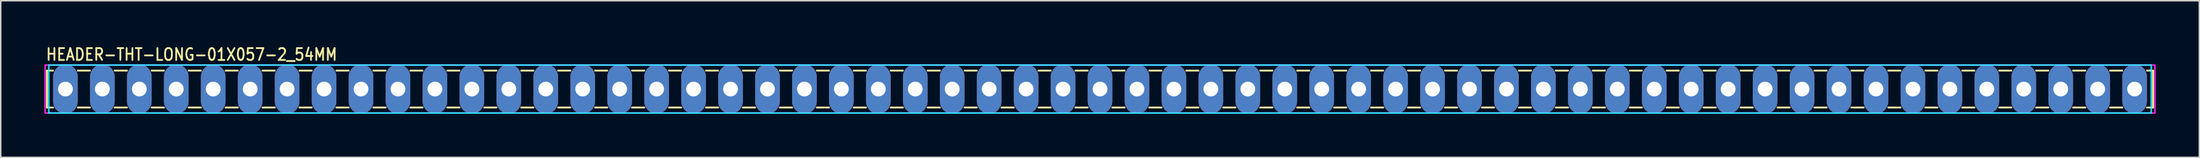
<source format=kicad_pcb>
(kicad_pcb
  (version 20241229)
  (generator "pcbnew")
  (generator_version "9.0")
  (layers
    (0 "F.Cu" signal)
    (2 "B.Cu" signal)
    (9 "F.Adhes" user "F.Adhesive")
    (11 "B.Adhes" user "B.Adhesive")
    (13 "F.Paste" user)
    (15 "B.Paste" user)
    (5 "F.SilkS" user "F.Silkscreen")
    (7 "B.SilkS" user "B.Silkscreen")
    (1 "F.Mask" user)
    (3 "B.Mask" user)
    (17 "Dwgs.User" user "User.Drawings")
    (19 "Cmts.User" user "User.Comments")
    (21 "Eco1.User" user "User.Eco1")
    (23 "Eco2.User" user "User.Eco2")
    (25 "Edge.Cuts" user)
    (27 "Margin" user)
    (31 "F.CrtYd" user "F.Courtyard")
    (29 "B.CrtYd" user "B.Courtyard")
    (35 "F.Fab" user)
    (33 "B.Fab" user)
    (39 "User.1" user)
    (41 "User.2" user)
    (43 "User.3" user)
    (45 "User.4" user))
  (footprint "HEADER-THT-LONG-01X057-2_54MM"
    (layer "F.Cu")
    (at 1.447 3.079)
    (property "Reference" "HEADER-THT-LONG-01X057-2_54MM" (at -1.4 -1.9 0) (unlocked yes) (layer "F.SilkS") (effects (font (size 0.813 0.695) (thickness 0.122)) (justify left bottom)))
    (fp_line (start -1.27 -1.27) (end -1.27 1.27) (stroke (width 0.127) (type solid)) (layer "F.SilkS"))
    (fp_line (start -1.27 1.27) (end -0.85 1.27) (stroke (width 0.127) (type solid)) (layer "F.SilkS"))
    (fp_line (start -0.85 -1.27) (end -1.27 -1.27) (stroke (width 0.127) (type solid)) (layer "F.SilkS"))
    (fp_line (start 0.85 -1.27) (end 1.69 -1.27) (stroke (width 0.127) (type solid)) (layer "F.SilkS"))
    (fp_line (start 0.85 1.27) (end 1.69 1.27) (stroke (width 0.127) (type solid)) (layer "F.SilkS"))
    (fp_line (start 3.39 -1.27) (end 4.23 -1.27) (stroke (width 0.127) (type solid)) (layer "F.SilkS"))
    (fp_line (start 3.39 1.27) (end 4.23 1.27) (stroke (width 0.127) (type solid)) (layer "F.SilkS"))
    (fp_line (start 5.93 -1.27) (end 6.77 -1.27) (stroke (width 0.127) (type solid)) (layer "F.SilkS"))
    (fp_line (start 5.93 1.27) (end 6.77 1.27) (stroke (width 0.127) (type solid)) (layer "F.SilkS"))
    (fp_line (start 8.47 -1.27) (end 9.31 -1.27) (stroke (width 0.127) (type solid)) (layer "F.SilkS"))
    (fp_line (start 8.47 1.27) (end 9.31 1.27) (stroke (width 0.127) (type solid)) (layer "F.SilkS"))
    (fp_line (start 11.01 -1.27) (end 11.85 -1.27) (stroke (width 0.127) (type solid)) (layer "F.SilkS"))
    (fp_line (start 11.01 1.27) (end 11.85 1.27) (stroke (width 0.127) (type solid)) (layer "F.SilkS"))
    (fp_line (start 13.55 -1.27) (end 14.39 -1.27) (stroke (width 0.127) (type solid)) (layer "F.SilkS"))
    (fp_line (start 13.55 1.27) (end 14.39 1.27) (stroke (width 0.127) (type solid)) (layer "F.SilkS"))
    (fp_line (start 16.09 -1.27) (end 16.93 -1.27) (stroke (width 0.127) (type solid)) (layer "F.SilkS"))
    (fp_line (start 16.09 1.27) (end 16.93 1.27) (stroke (width 0.127) (type solid)) (layer "F.SilkS"))
    (fp_line (start 18.63 -1.27) (end 19.47 -1.27) (stroke (width 0.127) (type solid)) (layer "F.SilkS"))
    (fp_line (start 18.63 1.27) (end 19.47 1.27) (stroke (width 0.127) (type solid)) (layer "F.SilkS"))
    (fp_line (start 21.17 -1.27) (end 22.01 -1.27) (stroke (width 0.127) (type solid)) (layer "F.SilkS"))
    (fp_line (start 21.17 1.27) (end 22.01 1.27) (stroke (width 0.127) (type solid)) (layer "F.SilkS"))
    (fp_line (start 23.71 -1.27) (end 24.55 -1.27) (stroke (width 0.127) (type solid)) (layer "F.SilkS"))
    (fp_line (start 23.71 1.27) (end 24.55 1.27) (stroke (width 0.127) (type solid)) (layer "F.SilkS"))
    (fp_line (start 26.25 -1.27) (end 27.09 -1.27) (stroke (width 0.127) (type solid)) (layer "F.SilkS"))
    (fp_line (start 26.25 1.27) (end 27.09 1.27) (stroke (width 0.127) (type solid)) (layer "F.SilkS"))
    (fp_line (start 28.79 -1.27) (end 29.63 -1.27) (stroke (width 0.127) (type solid)) (layer "F.SilkS"))
    (fp_line (start 28.79 1.27) (end 29.63 1.27) (stroke (width 0.127) (type solid)) (layer "F.SilkS"))
    (fp_line (start 31.33 -1.27) (end 32.17 -1.27) (stroke (width 0.127) (type solid)) (layer "F.SilkS"))
    (fp_line (start 31.33 1.27) (end 32.17 1.27) (stroke (width 0.127) (type solid)) (layer "F.SilkS"))
    (fp_line (start 33.87 -1.27) (end 34.71 -1.27) (stroke (width 0.127) (type solid)) (layer "F.SilkS"))
    (fp_line (start 33.87 1.27) (end 34.71 1.27) (stroke (width 0.127) (type solid)) (layer "F.SilkS"))
    (fp_line (start 36.41 -1.27) (end 37.25 -1.27) (stroke (width 0.127) (type solid)) (layer "F.SilkS"))
    (fp_line (start 36.41 1.27) (end 37.25 1.27) (stroke (width 0.127) (type solid)) (layer "F.SilkS"))
    (fp_line (start 38.95 -1.27) (end 39.79 -1.27) (stroke (width 0.127) (type solid)) (layer "F.SilkS"))
    (fp_line (start 38.95 1.27) (end 39.79 1.27) (stroke (width 0.127) (type solid)) (layer "F.SilkS"))
    (fp_line (start 41.49 -1.27) (end 42.33 -1.27) (stroke (width 0.127) (type solid)) (layer "F.SilkS"))
    (fp_line (start 41.49 1.27) (end 42.33 1.27) (stroke (width 0.127) (type solid)) (layer "F.SilkS"))
    (fp_line (start 44.03 -1.27) (end 44.87 -1.27) (stroke (width 0.127) (type solid)) (layer "F.SilkS"))
    (fp_line (start 44.03 1.27) (end 44.87 1.27) (stroke (width 0.127) (type solid)) (layer "F.SilkS"))
    (fp_line (start 46.57 -1.27) (end 47.41 -1.27) (stroke (width 0.127) (type solid)) (layer "F.SilkS"))
    (fp_line (start 46.57 1.27) (end 47.41 1.27) (stroke (width 0.127) (type solid)) (layer "F.SilkS"))
    (fp_line (start 49.11 -1.27) (end 49.95 -1.27) (stroke (width 0.127) (type solid)) (layer "F.SilkS"))
    (fp_line (start 49.11 1.27) (end 49.95 1.27) (stroke (width 0.127) (type solid)) (layer "F.SilkS"))
    (fp_line (start 51.65 -1.27) (end 52.49 -1.27) (stroke (width 0.127) (type solid)) (layer "F.SilkS"))
    (fp_line (start 51.65 1.27) (end 52.49 1.27) (stroke (width 0.127) (type solid)) (layer "F.SilkS"))
    (fp_line (start 54.19 -1.27) (end 55.03 -1.27) (stroke (width 0.127) (type solid)) (layer "F.SilkS"))
    (fp_line (start 54.19 1.27) (end 55.03 1.27) (stroke (width 0.127) (type solid)) (layer "F.SilkS"))
    (fp_line (start 56.73 -1.27) (end 57.57 -1.27) (stroke (width 0.127) (type solid)) (layer "F.SilkS"))
    (fp_line (start 56.73 1.27) (end 57.57 1.27) (stroke (width 0.127) (type solid)) (layer "F.SilkS"))
    (fp_line (start 59.27 -1.27) (end 60.11 -1.27) (stroke (width 0.127) (type solid)) (layer "F.SilkS"))
    (fp_line (start 59.27 1.27) (end 60.11 1.27) (stroke (width 0.127) (type solid)) (layer "F.SilkS"))
    (fp_line (start 61.81 -1.27) (end 62.65 -1.27) (stroke (width 0.127) (type solid)) (layer "F.SilkS"))
    (fp_line (start 61.81 1.27) (end 62.65 1.27) (stroke (width 0.127) (type solid)) (layer "F.SilkS"))
    (fp_line (start 64.35 -1.27) (end 65.19 -1.27) (stroke (width 0.127) (type solid)) (layer "F.SilkS"))
    (fp_line (start 64.35 1.27) (end 65.19 1.27) (stroke (width 0.127) (type solid)) (layer "F.SilkS"))
    (fp_line (start 66.89 -1.27) (end 67.73 -1.27) (stroke (width 0.127) (type solid)) (layer "F.SilkS"))
    (fp_line (start 66.89 1.27) (end 67.73 1.27) (stroke (width 0.127) (type solid)) (layer "F.SilkS"))
    (fp_line (start 69.43 -1.27) (end 70.27 -1.27) (stroke (width 0.127) (type solid)) (layer "F.SilkS"))
    (fp_line (start 69.43 1.27) (end 70.27 1.27) (stroke (width 0.127) (type solid)) (layer "F.SilkS"))
    (fp_line (start 71.97 -1.27) (end 72.81 -1.27) (stroke (width 0.127) (type solid)) (layer "F.SilkS"))
    (fp_line (start 71.97 1.27) (end 72.81 1.27) (stroke (width 0.127) (type solid)) (layer "F.SilkS"))
    (fp_line (start 74.51 -1.27) (end 75.35 -1.27) (stroke (width 0.127) (type solid)) (layer "F.SilkS"))
    (fp_line (start 74.51 1.27) (end 75.35 1.27) (stroke (width 0.127) (type solid)) (layer "F.SilkS"))
    (fp_line (start 77.05 -1.27) (end 77.89 -1.27) (stroke (width 0.127) (type solid)) (layer "F.SilkS"))
    (fp_line (start 77.05 1.27) (end 77.89 1.27) (stroke (width 0.127) (type solid)) (layer "F.SilkS"))
    (fp_line (start 79.59 -1.27) (end 80.43 -1.27) (stroke (width 0.127) (type solid)) (layer "F.SilkS"))
    (fp_line (start 79.59 1.27) (end 80.43 1.27) (stroke (width 0.127) (type solid)) (layer "F.SilkS"))
    (fp_line (start 82.13 -1.27) (end 82.97 -1.27) (stroke (width 0.127) (type solid)) (layer "F.SilkS"))
    (fp_line (start 82.13 1.27) (end 82.97 1.27) (stroke (width 0.127) (type solid)) (layer "F.SilkS"))
    (fp_line (start 84.67 -1.27) (end 85.51 -1.27) (stroke (width 0.127) (type solid)) (layer "F.SilkS"))
    (fp_line (start 84.67 1.27) (end 85.51 1.27) (stroke (width 0.127) (type solid)) (layer "F.SilkS"))
    (fp_line (start 87.21 -1.27) (end 88.05 -1.27) (stroke (width 0.127) (type solid)) (layer "F.SilkS"))
    (fp_line (start 87.21 1.27) (end 88.05 1.27) (stroke (width 0.127) (type solid)) (layer "F.SilkS"))
    (fp_line (start 89.75 -1.27) (end 90.59 -1.27) (stroke (width 0.127) (type solid)) (layer "F.SilkS"))
    (fp_line (start 89.75 1.27) (end 90.59 1.27) (stroke (width 0.127) (type solid)) (layer "F.SilkS"))
    (fp_line (start 92.29 -1.27) (end 93.13 -1.27) (stroke (width 0.127) (type solid)) (layer "F.SilkS"))
    (fp_line (start 92.29 1.27) (end 93.13 1.27) (stroke (width 0.127) (type solid)) (layer "F.SilkS"))
    (fp_line (start 94.83 -1.27) (end 95.67 -1.27) (stroke (width 0.127) (type solid)) (layer "F.SilkS"))
    (fp_line (start 94.83 1.27) (end 95.67 1.27) (stroke (width 0.127) (type solid)) (layer "F.SilkS"))
    (fp_line (start 97.37 -1.27) (end 98.21 -1.27) (stroke (width 0.127) (type solid)) (layer "F.SilkS"))
    (fp_line (start 97.37 1.27) (end 98.21 1.27) (stroke (width 0.127) (type solid)) (layer "F.SilkS"))
    (fp_line (start 99.91 -1.27) (end 100.75 -1.27) (stroke (width 0.127) (type solid)) (layer "F.SilkS"))
    (fp_line (start 99.91 1.27) (end 100.75 1.27) (stroke (width 0.127) (type solid)) (layer "F.SilkS"))
    (fp_line (start 102.45 -1.27) (end 103.29 -1.27) (stroke (width 0.127) (type solid)) (layer "F.SilkS"))
    (fp_line (start 102.45 1.27) (end 103.29 1.27) (stroke (width 0.127) (type solid)) (layer "F.SilkS"))
    (fp_line (start 104.99 -1.27) (end 105.83 -1.27) (stroke (width 0.127) (type solid)) (layer "F.SilkS"))
    (fp_line (start 104.99 1.27) (end 105.83 1.27) (stroke (width 0.127) (type solid)) (layer "F.SilkS"))
    (fp_line (start 107.53 -1.27) (end 108.37 -1.27) (stroke (width 0.127) (type solid)) (layer "F.SilkS"))
    (fp_line (start 107.53 1.27) (end 108.37 1.27) (stroke (width 0.127) (type solid)) (layer "F.SilkS"))
    (fp_line (start 110.07 -1.27) (end 110.91 -1.27) (stroke (width 0.127) (type solid)) (layer "F.SilkS"))
    (fp_line (start 110.07 1.27) (end 110.91 1.27) (stroke (width 0.127) (type solid)) (layer "F.SilkS"))
    (fp_line (start 112.61 -1.27) (end 113.45 -1.27) (stroke (width 0.127) (type solid)) (layer "F.SilkS"))
    (fp_line (start 112.61 1.27) (end 113.45 1.27) (stroke (width 0.127) (type solid)) (layer "F.SilkS"))
    (fp_line (start 115.15 -1.27) (end 115.99 -1.27) (stroke (width 0.127) (type solid)) (layer "F.SilkS"))
    (fp_line (start 115.15 1.27) (end 115.99 1.27) (stroke (width 0.127) (type solid)) (layer "F.SilkS"))
    (fp_line (start 117.69 -1.27) (end 118.53 -1.27) (stroke (width 0.127) (type solid)) (layer "F.SilkS"))
    (fp_line (start 117.69 1.27) (end 118.53 1.27) (stroke (width 0.127) (type solid)) (layer "F.SilkS"))
    (fp_line (start 120.23 -1.27) (end 121.07 -1.27) (stroke (width 0.127) (type solid)) (layer "F.SilkS"))
    (fp_line (start 120.23 1.27) (end 121.07 1.27) (stroke (width 0.127) (type solid)) (layer "F.SilkS"))
    (fp_line (start 122.77 -1.27) (end 123.61 -1.27) (stroke (width 0.127) (type solid)) (layer "F.SilkS"))
    (fp_line (start 122.77 1.27) (end 123.61 1.27) (stroke (width 0.127) (type solid)) (layer "F.SilkS"))
    (fp_line (start 125.31 -1.27) (end 126.15 -1.27) (stroke (width 0.127) (type solid)) (layer "F.SilkS"))
    (fp_line (start 125.31 1.27) (end 126.15 1.27) (stroke (width 0.127) (type solid)) (layer "F.SilkS"))
    (fp_line (start 127.85 -1.27) (end 128.69 -1.27) (stroke (width 0.127) (type solid)) (layer "F.SilkS"))
    (fp_line (start 127.85 1.27) (end 128.69 1.27) (stroke (width 0.127) (type solid)) (layer "F.SilkS"))
    (fp_line (start 130.39 -1.27) (end 131.23 -1.27) (stroke (width 0.127) (type solid)) (layer "F.SilkS"))
    (fp_line (start 130.39 1.27) (end 131.23 1.27) (stroke (width 0.127) (type solid)) (layer "F.SilkS"))
    (fp_line (start 132.93 -1.27) (end 133.77 -1.27) (stroke (width 0.127) (type solid)) (layer "F.SilkS"))
    (fp_line (start 132.93 1.27) (end 133.77 1.27) (stroke (width 0.127) (type solid)) (layer "F.SilkS"))
    (fp_line (start 135.47 -1.27) (end 136.31 -1.27) (stroke (width 0.127) (type solid)) (layer "F.SilkS"))
    (fp_line (start 135.47 1.27) (end 136.31 1.27) (stroke (width 0.127) (type solid)) (layer "F.SilkS"))
    (fp_line (start 138.01 -1.27) (end 138.85 -1.27) (stroke (width 0.127) (type solid)) (layer "F.SilkS"))
    (fp_line (start 138.01 1.27) (end 138.85 1.27) (stroke (width 0.127) (type solid)) (layer "F.SilkS"))
    (fp_line (start 140.55 -1.27) (end 141.39 -1.27) (stroke (width 0.127) (type solid)) (layer "F.SilkS"))
    (fp_line (start 140.55 1.27) (end 141.39 1.27) (stroke (width 0.127) (type solid)) (layer "F.SilkS"))
    (fp_line (start 143.09 -1.27) (end 143.51 -1.27) (stroke (width 0.127) (type solid)) (layer "F.SilkS"))
    (fp_line (start 143.51 -1.27) (end 143.51 1.27) (stroke (width 0.127) (type solid)) (layer "F.SilkS"))
    (fp_line (start 143.51 1.27) (end 143.09 1.27) (stroke (width 0.127) (type solid)) (layer "F.SilkS"))
    (fp_poly (pts (xy -1.143 -1.651) (xy 143.383 -1.651) (xy 143.383 1.651) (xy -1.143 1.651)) (stroke (width 0.1) (type solid)) (fill no) (layer "B.CrtYd"))
    (fp_poly (pts (xy -1.397 -1.651) (xy 143.637 -1.651) (xy 143.637 1.651) (xy -1.397 1.651)) (stroke (width 0.1) (type solid)) (fill no) (layer "F.CrtYd"))
    (pad "P$1" thru_hole oval (at 0 0 90) (size 3.387 1.693) (drill 1.016) (layers "*.Cu" "*.Mask"))
    (pad "P$2" thru_hole oval (at 2.54 0 90) (size 3.387 1.693) (drill 1.016) (layers "*.Cu" "*.Mask"))
    (pad "P$3" thru_hole oval (at 5.08 0 90) (size 3.387 1.693) (drill 1.016) (layers "*.Cu" "*.Mask"))
    (pad "P$4" thru_hole oval (at 7.62 0 90) (size 3.387 1.693) (drill 1.016) (layers "*.Cu" "*.Mask"))
    (pad "P$5" thru_hole oval (at 10.16 0 90) (size 3.387 1.693) (drill 1.016) (layers "*.Cu" "*.Mask"))
    (pad "P$6" thru_hole oval (at 12.7 0 90) (size 3.387 1.693) (drill 1.016) (layers "*.Cu" "*.Mask"))
    (pad "P$7" thru_hole oval (at 15.24 0 90) (size 3.387 1.693) (drill 1.016) (layers "*.Cu" "*.Mask"))
    (pad "P$8" thru_hole oval (at 17.78 0 90) (size 3.387 1.693) (drill 1.016) (layers "*.Cu" "*.Mask"))
    (pad "P$9" thru_hole oval (at 20.32 0 90) (size 3.387 1.693) (drill 1.016) (layers "*.Cu" "*.Mask"))
    (pad "P$10" thru_hole oval (at 22.86 0 90) (size 3.387 1.693) (drill 1.016) (layers "*.Cu" "*.Mask"))
    (pad "P$11" thru_hole oval (at 25.4 0 90) (size 3.387 1.693) (drill 1.016) (layers "*.Cu" "*.Mask"))
    (pad "P$12" thru_hole oval (at 27.94 0 90) (size 3.387 1.693) (drill 1.016) (layers "*.Cu" "*.Mask"))
    (pad "P$13" thru_hole oval (at 30.48 0 90) (size 3.387 1.693) (drill 1.016) (layers "*.Cu" "*.Mask"))
    (pad "P$14" thru_hole oval (at 33.02 0 90) (size 3.387 1.693) (drill 1.016) (layers "*.Cu" "*.Mask"))
    (pad "P$15" thru_hole oval (at 35.56 0 90) (size 3.387 1.693) (drill 1.016) (layers "*.Cu" "*.Mask"))
    (pad "P$16" thru_hole oval (at 38.1 0 90) (size 3.387 1.693) (drill 1.016) (layers "*.Cu" "*.Mask"))
    (pad "P$17" thru_hole oval (at 40.64 0 90) (size 3.387 1.693) (drill 1.016) (layers "*.Cu" "*.Mask"))
    (pad "P$18" thru_hole oval (at 43.18 0 90) (size 3.387 1.693) (drill 1.016) (layers "*.Cu" "*.Mask"))
    (pad "P$19" thru_hole oval (at 45.72 0 90) (size 3.387 1.693) (drill 1.016) (layers "*.Cu" "*.Mask"))
    (pad "P$20" thru_hole oval (at 48.26 0 90) (size 3.387 1.693) (drill 1.016) (layers "*.Cu" "*.Mask"))
    (pad "P$21" thru_hole oval (at 50.8 0 90) (size 3.387 1.693) (drill 1.016) (layers "*.Cu" "*.Mask"))
    (pad "P$22" thru_hole oval (at 53.34 0 90) (size 3.387 1.693) (drill 1.016) (layers "*.Cu" "*.Mask"))
    (pad "P$23" thru_hole oval (at 55.88 0 90) (size 3.387 1.693) (drill 1.016) (layers "*.Cu" "*.Mask"))
    (pad "P$24" thru_hole oval (at 58.42 0 90) (size 3.387 1.693) (drill 1.016) (layers "*.Cu" "*.Mask"))
    (pad "P$25" thru_hole oval (at 60.96 0 90) (size 3.387 1.693) (drill 1.016) (layers "*.Cu" "*.Mask"))
    (pad "P$26" thru_hole oval (at 63.5 0 90) (size 3.387 1.693) (drill 1.016) (layers "*.Cu" "*.Mask"))
    (pad "P$27" thru_hole oval (at 66.04 0 90) (size 3.387 1.693) (drill 1.016) (layers "*.Cu" "*.Mask"))
    (pad "P$28" thru_hole oval (at 68.58 0 90) (size 3.387 1.693) (drill 1.016) (layers "*.Cu" "*.Mask"))
    (pad "P$29" thru_hole oval (at 71.12 0 90) (size 3.387 1.693) (drill 1.016) (layers "*.Cu" "*.Mask"))
    (pad "P$30" thru_hole oval (at 73.66 0 90) (size 3.387 1.693) (drill 1.016) (layers "*.Cu" "*.Mask"))
    (pad "P$31" thru_hole oval (at 76.2 0 90) (size 3.387 1.693) (drill 1.016) (layers "*.Cu" "*.Mask"))
    (pad "P$32" thru_hole oval (at 78.74 0 90) (size 3.387 1.693) (drill 1.016) (layers "*.Cu" "*.Mask"))
    (pad "P$33" thru_hole oval (at 81.28 0 90) (size 3.387 1.693) (drill 1.016) (layers "*.Cu" "*.Mask"))
    (pad "P$34" thru_hole oval (at 83.82 0 90) (size 3.387 1.693) (drill 1.016) (layers "*.Cu" "*.Mask"))
    (pad "P$35" thru_hole oval (at 86.36 0 90) (size 3.387 1.693) (drill 1.016) (layers "*.Cu" "*.Mask"))
    (pad "P$36" thru_hole oval (at 88.9 0 90) (size 3.387 1.693) (drill 1.016) (layers "*.Cu" "*.Mask"))
    (pad "P$37" thru_hole oval (at 91.44 0 90) (size 3.387 1.693) (drill 1.016) (layers "*.Cu" "*.Mask"))
    (pad "P$38" thru_hole oval (at 93.98 0 90) (size 3.387 1.693) (drill 1.016) (layers "*.Cu" "*.Mask"))
    (pad "P$39" thru_hole oval (at 96.52 0 90) (size 3.387 1.693) (drill 1.016) (layers "*.Cu" "*.Mask"))
    (pad "P$40" thru_hole oval (at 99.06 0 90) (size 3.387 1.693) (drill 1.016) (layers "*.Cu" "*.Mask"))
    (pad "P$41" thru_hole oval (at 101.6 0 90) (size 3.387 1.693) (drill 1.016) (layers "*.Cu" "*.Mask"))
    (pad "P$42" thru_hole oval (at 104.14 0 90) (size 3.387 1.693) (drill 1.016) (layers "*.Cu" "*.Mask"))
    (pad "P$43" thru_hole oval (at 106.68 0 90) (size 3.387 1.693) (drill 1.016) (layers "*.Cu" "*.Mask"))
    (pad "P$44" thru_hole oval (at 109.22 0 90) (size 3.387 1.693) (drill 1.016) (layers "*.Cu" "*.Mask"))
    (pad "P$45" thru_hole oval (at 111.76 0 90) (size 3.387 1.693) (drill 1.016) (layers "*.Cu" "*.Mask"))
    (pad "P$46" thru_hole oval (at 114.3 0 90) (size 3.387 1.693) (drill 1.016) (layers "*.Cu" "*.Mask"))
    (pad "P$47" thru_hole oval (at 116.84 0 90) (size 3.387 1.693) (drill 1.016) (layers "*.Cu" "*.Mask"))
    (pad "P$48" thru_hole oval (at 119.38 0 90) (size 3.387 1.693) (drill 1.016) (layers "*.Cu" "*.Mask"))
    (pad "P$49" thru_hole oval (at 121.92 0 90) (size 3.387 1.693) (drill 1.016) (layers "*.Cu" "*.Mask"))
    (pad "P$50" thru_hole oval (at 124.46 0 90) (size 3.387 1.693) (drill 1.016) (layers "*.Cu" "*.Mask"))
    (pad "P$51" thru_hole oval (at 127 0 90) (size 3.387 1.693) (drill 1.016) (layers "*.Cu" "*.Mask"))
    (pad "P$52" thru_hole oval (at 129.54 0 90) (size 3.387 1.693) (drill 1.016) (layers "*.Cu" "*.Mask"))
    (pad "P$53" thru_hole oval (at 132.08 0 90) (size 3.387 1.693) (drill 1.016) (layers "*.Cu" "*.Mask"))
    (pad "P$54" thru_hole oval (at 134.62 0 90) (size 3.387 1.693) (drill 1.016) (layers "*.Cu" "*.Mask"))
    (pad "P$55" thru_hole oval (at 137.16 0 90) (size 3.387 1.693) (drill 1.016) (layers "*.Cu" "*.Mask"))
    (pad "P$56" thru_hole oval (at 139.7 0 90) (size 3.387 1.693) (drill 1.016) (layers "*.Cu" "*.Mask"))
    (pad "P$57" thru_hole oval (at 142.24 0 90) (size 3.387 1.693) (drill 1.016) (layers "*.Cu" "*.Mask")))
  (gr_rect
    (start -3 -3)
    (end 148.134 7.78)
    (stroke (width 0.1) (type default))
    (fill no)
    (layer "Edge.Cuts")))
</source>
